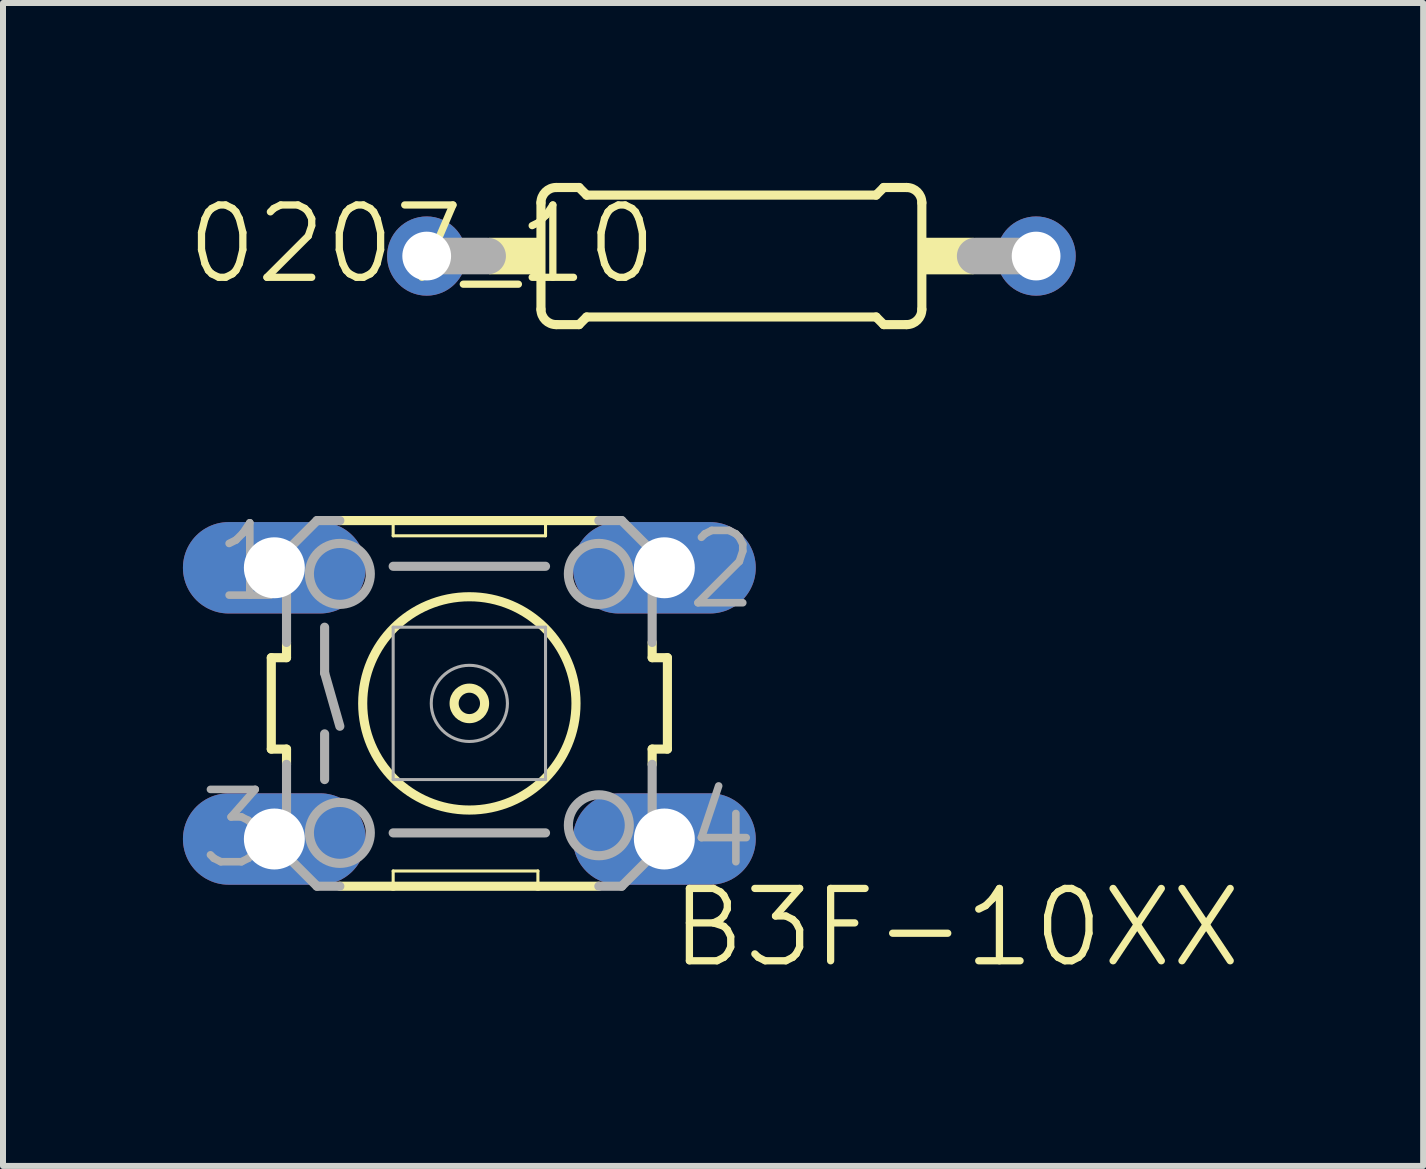
<source format=kicad_pcb>
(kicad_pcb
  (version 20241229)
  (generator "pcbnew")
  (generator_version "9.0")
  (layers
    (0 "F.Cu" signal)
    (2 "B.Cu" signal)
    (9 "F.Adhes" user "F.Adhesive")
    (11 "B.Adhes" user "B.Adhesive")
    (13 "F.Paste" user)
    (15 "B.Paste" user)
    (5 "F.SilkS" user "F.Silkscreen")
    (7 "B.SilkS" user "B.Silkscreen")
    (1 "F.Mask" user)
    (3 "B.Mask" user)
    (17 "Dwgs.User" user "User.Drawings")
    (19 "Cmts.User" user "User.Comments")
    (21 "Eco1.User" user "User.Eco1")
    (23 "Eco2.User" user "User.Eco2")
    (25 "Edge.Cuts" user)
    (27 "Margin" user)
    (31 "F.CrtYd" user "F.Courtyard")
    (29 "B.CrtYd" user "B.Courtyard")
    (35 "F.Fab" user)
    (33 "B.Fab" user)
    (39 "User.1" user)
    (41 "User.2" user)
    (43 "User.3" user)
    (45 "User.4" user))
  (footprint "0207_10"
    (layer "F.Cu")
    (at 9.144 1.219)
    (property "Reference" "0207_10" (at -9.144 0.508 0) (layer "F.SilkS") (effects (font (size 1.206 1.206) (thickness 0.121)) (justify left bottom)))
    (attr through_hole)
    (fp_line (start -3.175 0.889) (end -3.175 -0.889) (stroke (width 0.152) (type solid)) (layer "F.SilkS"))
    (fp_line (start -2.921 -1.143) (end -2.54 -1.143) (stroke (width 0.152) (type solid)) (layer "F.SilkS"))
    (fp_line (start -2.921 1.143) (end -2.54 1.143) (stroke (width 0.152) (type solid)) (layer "F.SilkS"))
    (fp_line (start -2.413 -1.016) (end -2.54 -1.143) (stroke (width 0.152) (type solid)) (layer "F.SilkS"))
    (fp_line (start -2.413 1.016) (end -2.54 1.143) (stroke (width 0.152) (type solid)) (layer "F.SilkS"))
    (fp_line (start 2.413 -1.016) (end -2.413 -1.016) (stroke (width 0.152) (type solid)) (layer "F.SilkS"))
    (fp_line (start 2.413 -1.016) (end 2.54 -1.143) (stroke (width 0.152) (type solid)) (layer "F.SilkS"))
    (fp_line (start 2.413 1.016) (end -2.413 1.016) (stroke (width 0.152) (type solid)) (layer "F.SilkS"))
    (fp_line (start 2.413 1.016) (end 2.54 1.143) (stroke (width 0.152) (type solid)) (layer "F.SilkS"))
    (fp_line (start 2.921 -1.143) (end 2.54 -1.143) (stroke (width 0.152) (type solid)) (layer "F.SilkS"))
    (fp_line (start 2.921 1.143) (end 2.54 1.143) (stroke (width 0.152) (type solid)) (layer "F.SilkS"))
    (fp_line (start 3.175 0.889) (end 3.175 -0.889) (stroke (width 0.152) (type solid)) (layer "F.SilkS"))
    (fp_arc (start -3.175 -0.889) (mid -3.100605 -1.068605) (end -2.921 -1.143) (stroke (width 0.1524) (type solid)) (layer "F.SilkS"))
    (fp_arc (start -2.921 1.143) (mid -3.100605 1.068605) (end -3.175 0.889) (stroke (width 0.1524) (type solid)) (layer "F.SilkS"))
    (fp_arc (start 2.921 -1.143) (mid 3.100605 -1.068605) (end 3.175 -0.889) (stroke (width 0.1524) (type solid)) (layer "F.SilkS"))
    (fp_arc (start 3.175 0.889) (mid 3.100605 1.068605) (end 2.921 1.143) (stroke (width 0.1524) (type solid)) (layer "F.SilkS"))
    (fp_poly (pts (xy -4.039 0.305) (xy -3.175 0.305) (xy -3.175 -0.305) (xy -4.039 -0.305)) (stroke (width 0) (type solid)) (fill yes) (layer "F.SilkS"))
    (fp_poly (pts (xy 3.175 0.305) (xy 4.039 0.305) (xy 4.039 -0.305) (xy 3.175 -0.305)) (stroke (width 0) (type solid)) (fill yes) (layer "F.SilkS"))
    (fp_line (start -5.08 0) (end -4.064 0) (stroke (width 0.61) (type solid)) (layer "F.Fab"))
    (fp_line (start 5.08 0) (end 4.064 0) (stroke (width 0.61) (type solid)) (layer "F.Fab"))
    (pad "1" thru_hole circle (at -5.08 0) (size 1.321 1.321) (drill 0.813) (layers "*.Cu" "*.Mask"))
    (pad "2" thru_hole circle (at 5.08 0) (size 1.321 1.321) (drill 0.813) (layers "*.Cu" "*.Mask")))
  (footprint "B3F-10XX"
    (layer "F.Cu")
    (at 4.775 8.677)
    (property "Reference" "B3F-10XX" (at 3.302 4.445 180) (layer "F.SilkS") (effects (font (size 1.206 1.206) (thickness 0.121)) (justify left bottom)))
    (attr through_hole)
    (fp_line (start -3.302 -0.762) (end -3.302 0.762) (stroke (width 0.152) (type solid)) (layer "F.SilkS"))
    (fp_line (start -3.302 -0.762) (end -3.048 -0.762) (stroke (width 0.152) (type solid)) (layer "F.SilkS"))
    (fp_line (start -3.048 -0.762) (end -3.048 -1.016) (stroke (width 0.152) (type solid)) (layer "F.SilkS"))
    (fp_line (start -3.048 0.762) (end -3.302 0.762) (stroke (width 0.152) (type solid)) (layer "F.SilkS"))
    (fp_line (start -3.048 0.762) (end -3.048 1.016) (stroke (width 0.152) (type solid)) (layer "F.SilkS"))
    (fp_line (start -2.159 3.048) (end -1.27 3.048) (stroke (width 0.152) (type solid)) (layer "F.SilkS"))
    (fp_line (start -1.27 -3.048) (end -2.159 -3.048) (stroke (width 0.152) (type solid)) (layer "F.SilkS"))
    (fp_line (start -1.27 -3.048) (end -1.27 -2.794) (stroke (width 0.051) (type solid)) (layer "F.SilkS"))
    (fp_line (start -1.27 2.794) (end -1.27 3.048) (stroke (width 0.051) (type solid)) (layer "F.SilkS"))
    (fp_line (start -1.27 3.048) (end 1.143 3.048) (stroke (width 0.152) (type solid)) (layer "F.SilkS"))
    (fp_line (start 1.143 2.794) (end -1.27 2.794) (stroke (width 0.051) (type solid)) (layer "F.SilkS"))
    (fp_line (start 1.143 2.794) (end 1.143 3.048) (stroke (width 0.051) (type solid)) (layer "F.SilkS"))
    (fp_line (start 1.143 3.048) (end 2.159 3.048) (stroke (width 0.152) (type solid)) (layer "F.SilkS"))
    (fp_line (start 1.27 -3.048) (end -1.27 -3.048) (stroke (width 0.152) (type solid)) (layer "F.SilkS"))
    (fp_line (start 1.27 -2.794) (end -1.27 -2.794) (stroke (width 0.051) (type solid)) (layer "F.SilkS"))
    (fp_line (start 1.27 -2.794) (end 1.27 -3.048) (stroke (width 0.051) (type solid)) (layer "F.SilkS"))
    (fp_line (start 2.159 -3.048) (end 1.27 -3.048) (stroke (width 0.152) (type solid)) (layer "F.SilkS"))
    (fp_line (start 3.048 -0.762) (end 3.048 -1.016) (stroke (width 0.152) (type solid)) (layer "F.SilkS"))
    (fp_line (start 3.048 -0.762) (end 3.302 -0.762) (stroke (width 0.152) (type solid)) (layer "F.SilkS"))
    (fp_line (start 3.048 0.762) (end 3.048 1.016) (stroke (width 0.152) (type solid)) (layer "F.SilkS"))
    (fp_line (start 3.302 0.762) (end 3.048 0.762) (stroke (width 0.152) (type solid)) (layer "F.SilkS"))
    (fp_line (start 3.302 0.762) (end 3.302 -0.762) (stroke (width 0.152) (type solid)) (layer "F.SilkS"))
    (fp_circle (center 0 0) (end 0.254 0) (stroke (width 0.152) (type solid)) (fill no) (layer "F.SilkS"))
    (fp_circle (center 0 0) (end 1.778 0) (stroke (width 0.152) (type solid)) (fill no) (layer "F.SilkS"))
    (fp_line (start -3.048 -2.54) (end -3.048 -1.016) (stroke (width 0.152) (type solid)) (layer "F.Fab"))
    (fp_line (start -3.048 2.54) (end -3.048 1.016) (stroke (width 0.152) (type solid)) (layer "F.Fab"))
    (fp_line (start -2.54 -3.048) (end -3.048 -2.54) (stroke (width 0.152) (type solid)) (layer "F.Fab"))
    (fp_line (start -2.54 -3.048) (end -2.159 -3.048) (stroke (width 0.152) (type solid)) (layer "F.Fab"))
    (fp_line (start -2.54 3.048) (end -3.048 2.54) (stroke (width 0.152) (type solid)) (layer "F.Fab"))
    (fp_line (start -2.54 3.048) (end -2.159 3.048) (stroke (width 0.152) (type solid)) (layer "F.Fab"))
    (fp_line (start -2.413 -1.27) (end -2.413 -0.508) (stroke (width 0.152) (type solid)) (layer "F.Fab"))
    (fp_line (start -2.413 -0.508) (end -2.159 0.381) (stroke (width 0.152) (type solid)) (layer "F.Fab"))
    (fp_line (start -2.413 0.508) (end -2.413 1.27) (stroke (width 0.152) (type solid)) (layer "F.Fab"))
    (fp_line (start -1.27 -1.27) (end -1.27 1.27) (stroke (width 0.051) (type solid)) (layer "F.Fab"))
    (fp_line (start -1.27 -1.27) (end 1.27 -1.27) (stroke (width 0.051) (type solid)) (layer "F.Fab"))
    (fp_line (start -1.27 2.159) (end 1.27 2.159) (stroke (width 0.152) (type solid)) (layer "F.Fab"))
    (fp_line (start 1.27 -2.286) (end -1.27 -2.286) (stroke (width 0.152) (type solid)) (layer "F.Fab"))
    (fp_line (start 1.27 1.27) (end -1.27 1.27) (stroke (width 0.051) (type solid)) (layer "F.Fab"))
    (fp_line (start 1.27 1.27) (end 1.27 -1.27) (stroke (width 0.051) (type solid)) (layer "F.Fab"))
    (fp_line (start 2.54 -3.048) (end 2.159 -3.048) (stroke (width 0.152) (type solid)) (layer "F.Fab"))
    (fp_line (start 2.54 3.048) (end 2.159 3.048) (stroke (width 0.152) (type solid)) (layer "F.Fab"))
    (fp_line (start 2.54 3.048) (end 3.048 2.54) (stroke (width 0.152) (type solid)) (layer "F.Fab"))
    (fp_line (start 3.048 -2.54) (end 2.54 -3.048) (stroke (width 0.152) (type solid)) (layer "F.Fab"))
    (fp_line (start 3.048 -1.016) (end 3.048 -2.54) (stroke (width 0.152) (type solid)) (layer "F.Fab"))
    (fp_line (start 3.048 2.54) (end 3.048 1.016) (stroke (width 0.152) (type solid)) (layer "F.Fab"))
    (fp_circle (center -2.159 -2.159) (end -1.651 -2.159) (stroke (width 0.152) (type solid)) (fill no) (layer "F.Fab"))
    (fp_circle (center -2.159 2.159) (end -1.651 2.159) (stroke (width 0.152) (type solid)) (fill no) (layer "F.Fab"))
    (fp_circle (center 0 0) (end 0.635 0) (stroke (width 0.051) (type solid)) (fill no) (layer "F.Fab"))
    (fp_circle (center 2.159 -2.159) (end 2.667 -2.159) (stroke (width 0.152) (type solid)) (fill no) (layer "F.Fab"))
    (fp_circle (center 2.159 2.032) (end 2.667 2.032) (stroke (width 0.152) (type solid)) (fill no) (layer "F.Fab"))
    (fp_text user "4" (at 3.556 2.794 0) (layer "F.Fab") (effects (font (size 1.206 1.206) (thickness 0.127)) (justify left bottom)))
    (fp_text user "2" (at 3.556 -1.524 0) (layer "F.Fab") (effects (font (size 1.206 1.206) (thickness 0.127)) (justify left bottom)))
    (fp_text user "3" (at -4.572 2.794 0) (layer "F.Fab") (effects (font (size 1.206 1.206) (thickness 0.127)) (justify left bottom)))
    (fp_text user "1" (at -4.318 -1.651 0) (layer "F.Fab") (effects (font (size 1.206 1.206) (thickness 0.127)) (justify left bottom)))
    (pad "1" thru_hole oval (at -3.251 -2.261) (size 3.048 1.524) (drill 1.016) (layers "*.Cu" "*.Mask"))
    (pad "2" thru_hole oval (at 3.251 -2.261) (size 3.048 1.524) (drill 1.016) (layers "*.Cu" "*.Mask"))
    (pad "3" thru_hole oval (at -3.251 2.261) (size 3.048 1.524) (drill 1.016) (layers "*.Cu" "*.Mask"))
    (pad "4" thru_hole oval (at 3.251 2.261) (size 3.048 1.524) (drill 1.016) (layers "*.Cu" "*.Mask")))
  (gr_rect
    (start -3 -3)
    (end 20.677 16.389)
    (stroke (width 0.1) (type default))
    (fill no)
    (layer "Edge.Cuts")))
</source>
